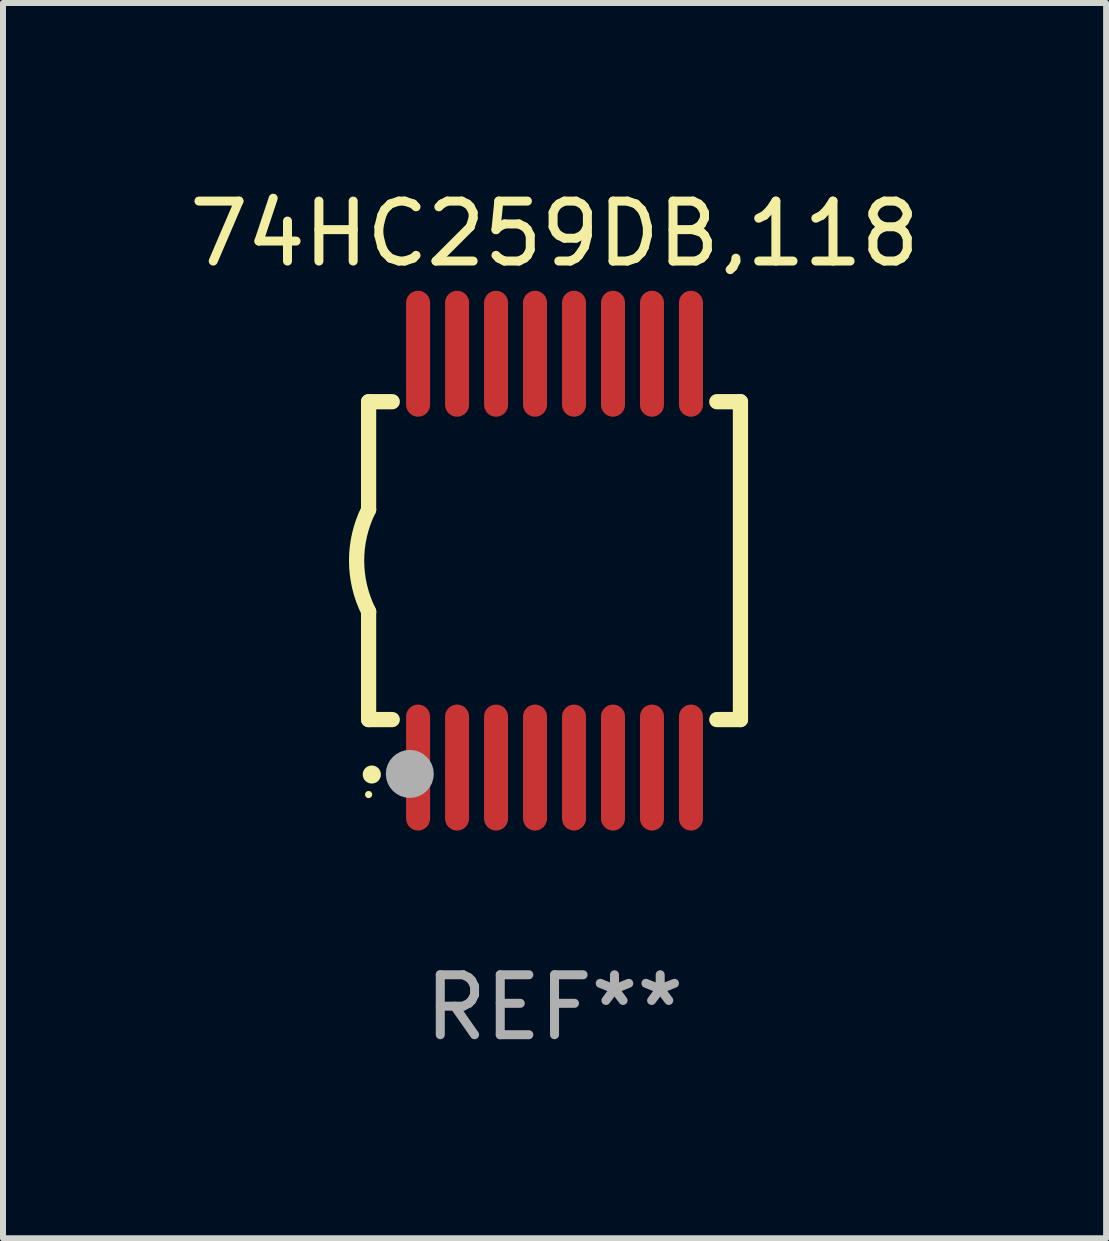
<source format=kicad_pcb>
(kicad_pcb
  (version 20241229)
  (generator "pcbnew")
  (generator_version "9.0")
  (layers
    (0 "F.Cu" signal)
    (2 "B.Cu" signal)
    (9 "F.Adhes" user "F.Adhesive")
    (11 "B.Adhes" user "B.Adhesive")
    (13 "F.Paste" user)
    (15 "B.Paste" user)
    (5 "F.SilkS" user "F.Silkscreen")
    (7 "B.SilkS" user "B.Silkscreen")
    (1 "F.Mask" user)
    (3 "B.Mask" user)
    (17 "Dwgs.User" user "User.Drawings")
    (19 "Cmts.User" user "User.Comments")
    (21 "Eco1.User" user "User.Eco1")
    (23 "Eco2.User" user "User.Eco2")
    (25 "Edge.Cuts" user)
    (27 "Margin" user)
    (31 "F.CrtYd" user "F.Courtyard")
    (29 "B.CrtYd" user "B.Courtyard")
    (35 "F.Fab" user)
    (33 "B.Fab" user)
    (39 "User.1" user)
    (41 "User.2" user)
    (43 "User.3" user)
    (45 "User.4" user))
  (footprint "74HC259DB,118"
    (layer "F.Cu")
    (at 6.196 6.298)
    (property "Reference" "74HC259DB,118" (at 0 -5.45 0) (layer "F.SilkS") (effects (font (size 1 1) (thickness 0.15))))
    (attr through_hole)
    (fp_line (start -3.1 -2.65) (end -3.1 -0.85) (stroke (width 0.254) (type solid)) (layer "F.SilkS"))
    (fp_line (start -3.1 -2.65) (end -2.706 -2.65) (stroke (width 0.254) (type solid)) (layer "F.SilkS"))
    (fp_line (start -3.1 2.65) (end -3.1 0.85) (stroke (width 0.254) (type solid)) (layer "F.SilkS"))
    (fp_line (start -3.1 2.65) (end -2.706 2.65) (stroke (width 0.254) (type solid)) (layer "F.SilkS"))
    (fp_line (start 2.706 -2.65) (end 3.1 -2.65) (stroke (width 0.254) (type solid)) (layer "F.SilkS"))
    (fp_line (start 2.706 2.65) (end 3.1 2.65) (stroke (width 0.254) (type solid)) (layer "F.SilkS"))
    (fp_line (start 3.1 -2.65) (end 3.1 2.65) (stroke (width 0.254) (type solid)) (layer "F.SilkS"))
    (fp_arc (start -3.098907 0.850902) (mid -3.300057 0.000523) (end -3.1 -0.850114) (stroke (width 0.254001) (type solid)) (layer "F.SilkS"))
    (fp_arc (start -3.048006 3.566066) (mid -3.046736 3.566061) (end -3.045466 3.566066) (stroke (width 0.3) (type solid)) (layer "F.SilkS"))
    (fp_circle (center -3.1 3.9) (end -3.07 3.9) (stroke (width 0.06) (type solid)) (fill no) (layer "F.SilkS"))
    (fp_circle (center -2.413 3.556) (end -2.213 3.556) (stroke (width 0.4) (type solid)) (fill no) (layer "F.Fab"))
    (fp_text user "REF**" (at 0 7.45 0) (layer "F.Fab") (effects (font (size 1 1) (thickness 0.15))))
    (pad "1" smd oval (at -2.275 3.45 180) (size 0.4 2.1) (layers "F.Cu" "F.Mask" "F.Paste"))
    (pad "2" smd oval (at -1.625 3.45 180) (size 0.4 2.1) (layers "F.Cu" "F.Mask" "F.Paste"))
    (pad "3" smd oval (at -0.975 3.45 180) (size 0.4 2.1) (layers "F.Cu" "F.Mask" "F.Paste"))
    (pad "4" smd oval (at -0.325 3.45 180) (size 0.4 2.1) (layers "F.Cu" "F.Mask" "F.Paste"))
    (pad "5" smd oval (at 0.325 3.45 180) (size 0.4 2.1) (layers "F.Cu" "F.Mask" "F.Paste"))
    (pad "6" smd oval (at 0.975 3.45 180) (size 0.4 2.1) (layers "F.Cu" "F.Mask" "F.Paste"))
    (pad "7" smd oval (at 1.625 3.45 180) (size 0.4 2.1) (layers "F.Cu" "F.Mask" "F.Paste"))
    (pad "8" smd oval (at 2.275 3.45 180) (size 0.4 2.1) (layers "F.Cu" "F.Mask" "F.Paste"))
    (pad "9" smd oval (at 2.275 -3.45 180) (size 0.4 2.1) (layers "F.Cu" "F.Mask" "F.Paste"))
    (pad "10" smd oval (at 1.625 -3.45 180) (size 0.4 2.1) (layers "F.Cu" "F.Mask" "F.Paste"))
    (pad "11" smd oval (at 0.975 -3.45 180) (size 0.4 2.1) (layers "F.Cu" "F.Mask" "F.Paste"))
    (pad "12" smd oval (at 0.325 -3.45 180) (size 0.4 2.1) (layers "F.Cu" "F.Mask" "F.Paste"))
    (pad "13" smd oval (at -0.325 -3.45 180) (size 0.4 2.1) (layers "F.Cu" "F.Mask" "F.Paste"))
    (pad "14" smd oval (at -0.975 -3.45 180) (size 0.4 2.1) (layers "F.Cu" "F.Mask" "F.Paste"))
    (pad "15" smd oval (at -1.625 -3.45 180) (size 0.4 2.1) (layers "F.Cu" "F.Mask" "F.Paste"))
    (pad "16" smd oval (at -2.275 -3.45 180) (size 0.4 2.1) (layers "F.Cu" "F.Mask" "F.Paste")))
  (gr_rect
    (start -3 -3)
    (end 15.393 17.597)
    (stroke (width 0.1) (type default))
    (fill no)
    (layer "Edge.Cuts")))
</source>
